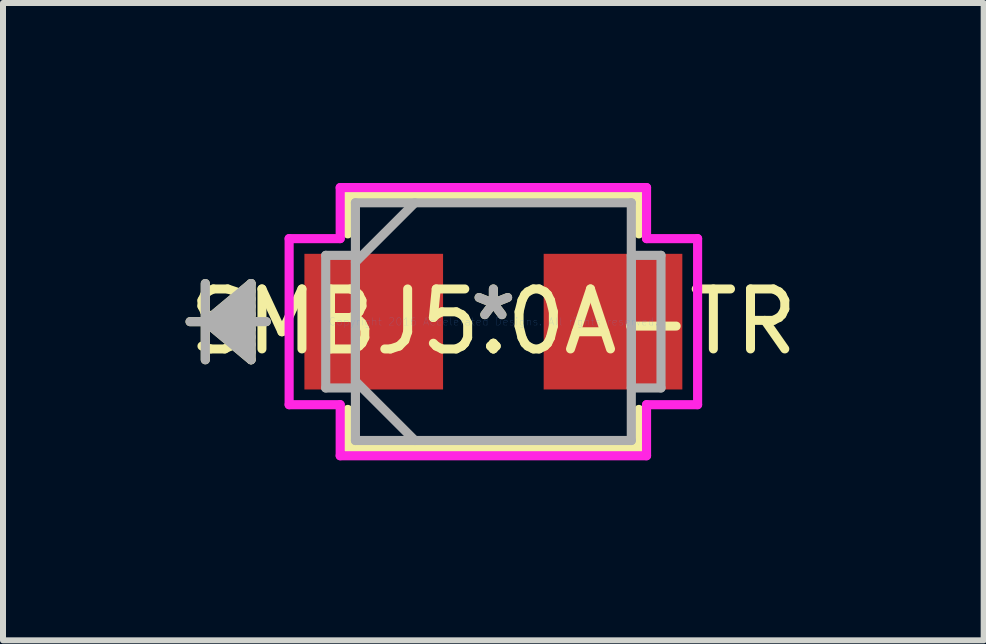
<source format=kicad_pcb>
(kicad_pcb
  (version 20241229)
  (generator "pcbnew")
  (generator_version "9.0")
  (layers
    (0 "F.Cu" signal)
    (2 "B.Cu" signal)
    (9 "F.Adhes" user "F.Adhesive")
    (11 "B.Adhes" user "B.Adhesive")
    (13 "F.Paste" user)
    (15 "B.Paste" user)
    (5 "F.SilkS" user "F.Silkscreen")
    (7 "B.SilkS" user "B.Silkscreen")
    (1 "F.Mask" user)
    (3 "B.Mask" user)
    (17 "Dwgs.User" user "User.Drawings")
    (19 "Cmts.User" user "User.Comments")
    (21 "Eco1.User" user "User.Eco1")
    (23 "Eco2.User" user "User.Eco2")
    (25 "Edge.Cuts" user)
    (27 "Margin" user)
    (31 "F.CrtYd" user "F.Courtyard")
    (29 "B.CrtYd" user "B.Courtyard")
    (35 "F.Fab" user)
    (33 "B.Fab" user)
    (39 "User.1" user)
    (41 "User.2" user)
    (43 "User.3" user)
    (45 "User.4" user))
  (footprint "SMBJ5.0A-TR"
    (layer "F.Cu")
    (at 5.173 2.311)
    (property "Reference" "SMBJ5.0A-TR" (at 0 0 0) (layer "F.SilkS") (effects (font (size 1 1) (thickness 0.15))))
    (attr through_hole)
    (fp_line (start -4.801 -0.635) (end -4.801 0.635) (stroke (width 0.152) (type solid)) (layer "F.SilkS"))
    (fp_line (start -4.801 0) (end -4.039 -0.635) (stroke (width 0.152) (type solid)) (layer "F.SilkS"))
    (fp_line (start -4.801 0) (end -4.039 -0.508) (stroke (width 0.152) (type solid)) (layer "F.SilkS"))
    (fp_line (start -4.801 0) (end -4.039 -0.381) (stroke (width 0.152) (type solid)) (layer "F.SilkS"))
    (fp_line (start -4.801 0) (end -4.039 -0.254) (stroke (width 0.152) (type solid)) (layer "F.SilkS"))
    (fp_line (start -4.801 0) (end -4.039 -0.127) (stroke (width 0.152) (type solid)) (layer "F.SilkS"))
    (fp_line (start -4.801 0) (end -4.039 0.127) (stroke (width 0.152) (type solid)) (layer "F.SilkS"))
    (fp_line (start -4.801 0) (end -4.039 0.254) (stroke (width 0.152) (type solid)) (layer "F.SilkS"))
    (fp_line (start -4.801 0) (end -4.039 0.381) (stroke (width 0.152) (type solid)) (layer "F.SilkS"))
    (fp_line (start -4.801 0) (end -4.039 0.508) (stroke (width 0.152) (type solid)) (layer "F.SilkS"))
    (fp_line (start -4.801 0) (end -4.039 0.635) (stroke (width 0.152) (type solid)) (layer "F.SilkS"))
    (fp_line (start -4.039 -0.635) (end -4.039 0.635) (stroke (width 0.152) (type solid)) (layer "F.SilkS"))
    (fp_line (start -3.785 0) (end -5.055 0) (stroke (width 0.152) (type solid)) (layer "F.SilkS"))
    (fp_line (start -2.426 -2.108) (end -2.426 -1.463) (stroke (width 0.152) (type solid)) (layer "F.SilkS"))
    (fp_line (start -2.426 1.463) (end -2.426 2.108) (stroke (width 0.152) (type solid)) (layer "F.SilkS"))
    (fp_line (start -2.426 2.108) (end 2.426 2.108) (stroke (width 0.152) (type solid)) (layer "F.SilkS"))
    (fp_line (start 2.426 -2.108) (end -2.426 -2.108) (stroke (width 0.152) (type solid)) (layer "F.SilkS"))
    (fp_line (start 2.426 -1.463) (end 2.426 -2.108) (stroke (width 0.152) (type solid)) (layer "F.SilkS"))
    (fp_line (start 2.426 2.108) (end 2.426 1.463) (stroke (width 0.152) (type solid)) (layer "F.SilkS"))
    (fp_line (start -3.404 -1.384) (end -2.553 -1.384) (stroke (width 0.152) (type solid)) (layer "F.CrtYd"))
    (fp_line (start -3.404 1.384) (end -3.404 -1.384) (stroke (width 0.152) (type solid)) (layer "F.CrtYd"))
    (fp_line (start -2.553 -2.235) (end 2.553 -2.235) (stroke (width 0.152) (type solid)) (layer "F.CrtYd"))
    (fp_line (start -2.553 -1.384) (end -2.553 -2.235) (stroke (width 0.152) (type solid)) (layer "F.CrtYd"))
    (fp_line (start -2.553 1.384) (end -3.404 1.384) (stroke (width 0.152) (type solid)) (layer "F.CrtYd"))
    (fp_line (start -2.553 2.235) (end -2.553 1.384) (stroke (width 0.152) (type solid)) (layer "F.CrtYd"))
    (fp_line (start 2.553 -2.235) (end 2.553 -1.384) (stroke (width 0.152) (type solid)) (layer "F.CrtYd"))
    (fp_line (start 2.553 -1.384) (end 3.404 -1.384) (stroke (width 0.152) (type solid)) (layer "F.CrtYd"))
    (fp_line (start 2.553 1.384) (end 2.553 2.235) (stroke (width 0.152) (type solid)) (layer "F.CrtYd"))
    (fp_line (start 2.553 2.235) (end -2.553 2.235) (stroke (width 0.152) (type solid)) (layer "F.CrtYd"))
    (fp_line (start 3.404 -1.384) (end 3.404 1.384) (stroke (width 0.152) (type solid)) (layer "F.CrtYd"))
    (fp_line (start 3.404 1.384) (end 2.553 1.384) (stroke (width 0.152) (type solid)) (layer "F.CrtYd"))
    (fp_line (start -4.801 -0.635) (end -4.801 0.635) (stroke (width 0.152) (type solid)) (layer "F.Fab"))
    (fp_line (start -4.801 0) (end -4.039 -0.635) (stroke (width 0.152) (type solid)) (layer "F.Fab"))
    (fp_line (start -4.801 0) (end -4.039 -0.508) (stroke (width 0.152) (type solid)) (layer "F.Fab"))
    (fp_line (start -4.801 0) (end -4.039 -0.381) (stroke (width 0.152) (type solid)) (layer "F.Fab"))
    (fp_line (start -4.801 0) (end -4.039 -0.254) (stroke (width 0.152) (type solid)) (layer "F.Fab"))
    (fp_line (start -4.801 0) (end -4.039 -0.127) (stroke (width 0.152) (type solid)) (layer "F.Fab"))
    (fp_line (start -4.801 0) (end -4.039 0.127) (stroke (width 0.152) (type solid)) (layer "F.Fab"))
    (fp_line (start -4.801 0) (end -4.039 0.254) (stroke (width 0.152) (type solid)) (layer "F.Fab"))
    (fp_line (start -4.801 0) (end -4.039 0.381) (stroke (width 0.152) (type solid)) (layer "F.Fab"))
    (fp_line (start -4.801 0) (end -4.039 0.508) (stroke (width 0.152) (type solid)) (layer "F.Fab"))
    (fp_line (start -4.801 0) (end -4.039 0.635) (stroke (width 0.152) (type solid)) (layer "F.Fab"))
    (fp_line (start -4.039 -0.635) (end -4.039 0.635) (stroke (width 0.152) (type solid)) (layer "F.Fab"))
    (fp_line (start -3.785 0) (end -5.055 0) (stroke (width 0.152) (type solid)) (layer "F.Fab"))
    (fp_line (start -2.794 -1.105) (end -2.794 1.105) (stroke (width 0.152) (type solid)) (layer "F.Fab"))
    (fp_line (start -2.794 1.105) (end -2.299 1.105) (stroke (width 0.152) (type solid)) (layer "F.Fab"))
    (fp_line (start -2.299 -1.981) (end -2.299 1.981) (stroke (width 0.152) (type solid)) (layer "F.Fab"))
    (fp_line (start -2.299 -1.105) (end -2.794 -1.105) (stroke (width 0.152) (type solid)) (layer "F.Fab"))
    (fp_line (start -2.299 -0.991) (end -1.308 -1.981) (stroke (width 0.152) (type solid)) (layer "F.Fab"))
    (fp_line (start -2.299 0.991) (end -1.308 1.981) (stroke (width 0.152) (type solid)) (layer "F.Fab"))
    (fp_line (start -2.299 1.105) (end -2.299 -1.105) (stroke (width 0.152) (type solid)) (layer "F.Fab"))
    (fp_line (start -2.299 1.981) (end 2.299 1.981) (stroke (width 0.152) (type solid)) (layer "F.Fab"))
    (fp_line (start 2.299 -1.981) (end -2.299 -1.981) (stroke (width 0.152) (type solid)) (layer "F.Fab"))
    (fp_line (start 2.299 -1.105) (end 2.299 1.105) (stroke (width 0.152) (type solid)) (layer "F.Fab"))
    (fp_line (start 2.299 1.105) (end 2.794 1.105) (stroke (width 0.152) (type solid)) (layer "F.Fab"))
    (fp_line (start 2.299 1.981) (end 2.299 -1.981) (stroke (width 0.152) (type solid)) (layer "F.Fab"))
    (fp_line (start 2.794 -1.105) (end 2.299 -1.105) (stroke (width 0.152) (type solid)) (layer "F.Fab"))
    (fp_line (start 2.794 1.105) (end 2.794 -1.105) (stroke (width 0.152) (type solid)) (layer "F.Fab"))
    (fp_text user "*" (at 0 0 0) (layer "F.SilkS") (effects (font (size 1 1) (thickness 0.15))))
    (fp_text user "Copyright 2016 Accelerated Designs. All rights reserved." (at 0 0 0) (layer "Cmts.User") (effects (font (size 0.127 0.127) (thickness 0.002))))
    (fp_text user "*" (at 0 0 0) (layer "F.Fab") (effects (font (size 1 1) (thickness 0.15))))
    (pad "1" smd rect (at -1.994 0) (size 2.311 2.261) (layers "F.Cu" "F.Mask" "F.Paste"))
    (pad "2" smd rect (at 1.994 0) (size 2.311 2.261) (layers "F.Cu" "F.Mask" "F.Paste")))
  (gr_rect
    (start -3 -3)
    (end 13.345 7.623)
    (stroke (width 0.1) (type default))
    (fill no)
    (layer "Edge.Cuts")))
</source>
